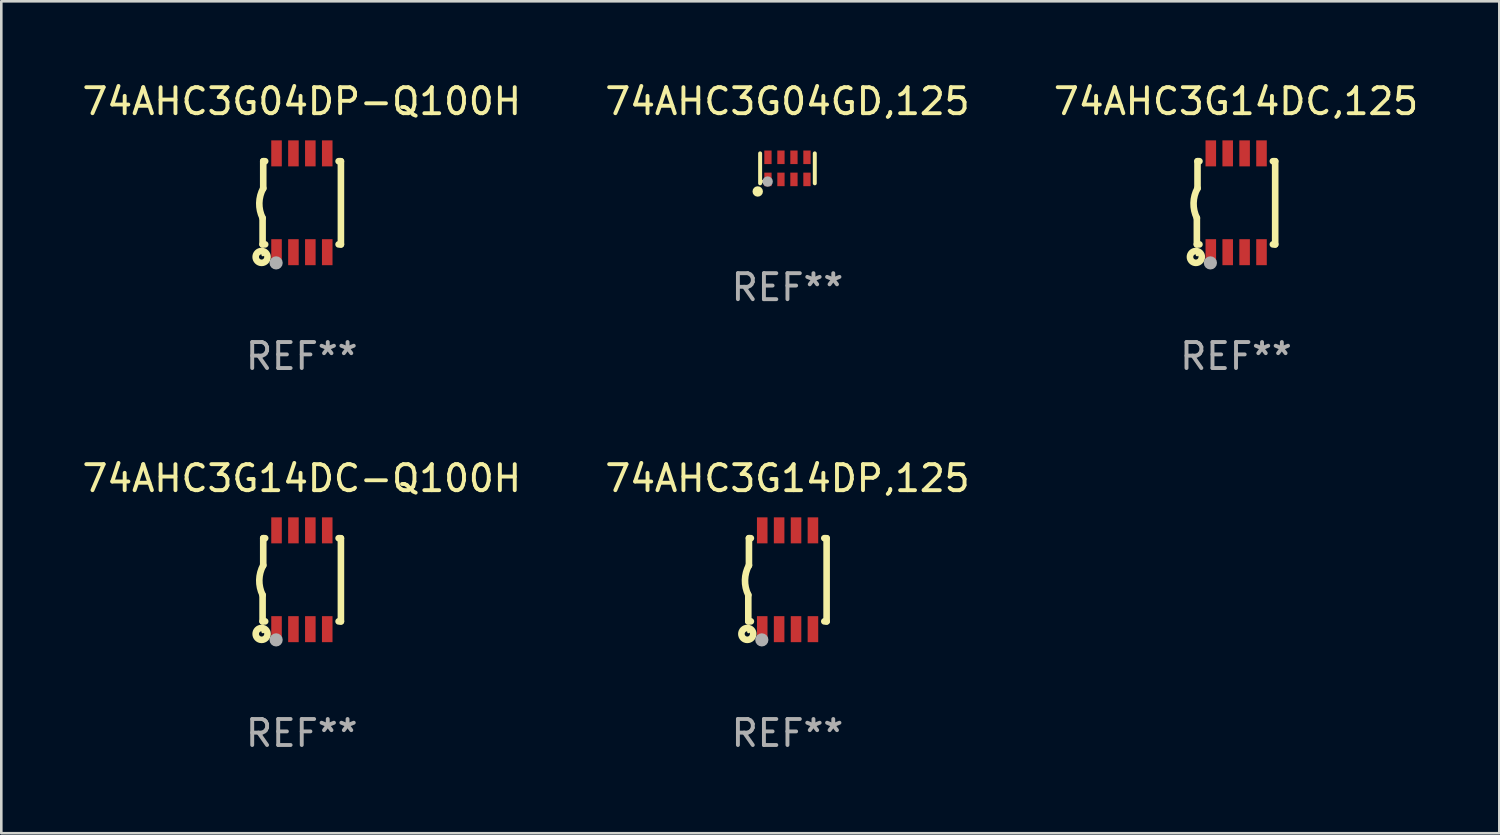
<source format=kicad_pcb>
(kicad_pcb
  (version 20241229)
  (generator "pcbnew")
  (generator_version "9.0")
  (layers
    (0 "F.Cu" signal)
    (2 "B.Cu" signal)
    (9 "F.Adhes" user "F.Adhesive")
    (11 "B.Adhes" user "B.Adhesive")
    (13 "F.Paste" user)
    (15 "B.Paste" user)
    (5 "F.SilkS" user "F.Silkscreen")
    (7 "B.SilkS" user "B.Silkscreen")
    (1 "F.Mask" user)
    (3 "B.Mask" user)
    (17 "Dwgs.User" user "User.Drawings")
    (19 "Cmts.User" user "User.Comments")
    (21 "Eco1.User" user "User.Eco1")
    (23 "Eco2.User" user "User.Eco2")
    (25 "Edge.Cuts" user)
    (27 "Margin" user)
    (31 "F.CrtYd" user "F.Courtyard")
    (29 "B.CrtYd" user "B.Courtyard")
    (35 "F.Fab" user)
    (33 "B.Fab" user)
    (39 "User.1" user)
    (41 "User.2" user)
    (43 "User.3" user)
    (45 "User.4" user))
  (footprint "74AHC3G14DC,125"
    (layer "F.Cu")
    (at 44.482 4.748)
    (property "Reference" "74AHC3G14DC,125" (at 0 -3.9 0) (layer "F.SilkS") (effects (font (size 1 1) (thickness 0.15))))
    (attr through_hole)
    (fp_line (start -1.506 1.6) (end -1.506 0.584) (stroke (width 0.254) (type solid)) (layer "F.SilkS"))
    (fp_line (start -1.506 1.6) (end -1.407 1.6) (stroke (width 0.254) (type solid)) (layer "F.SilkS"))
    (fp_line (start -1.481 -1.599) (end -1.481 -0.549) (stroke (width 0.254) (type solid)) (layer "F.SilkS"))
    (fp_line (start -1.481 -1.599) (end -1.407 -1.599) (stroke (width 0.254) (type solid)) (layer "F.SilkS"))
    (fp_line (start 1.417 -1.599) (end 1.506 -1.599) (stroke (width 0.254) (type solid)) (layer "F.SilkS"))
    (fp_line (start 1.417 1.6) (end 1.506 1.6) (stroke (width 0.254) (type solid)) (layer "F.SilkS"))
    (fp_line (start 1.506 1.603) (end 1.506 -1.595) (stroke (width 0.254) (type solid)) (layer "F.SilkS"))
    (fp_arc (start -1.506223 0.584328) (mid -1.632455 0.00974) (end -1.480823 -0.558674) (stroke (width 0.254001) (type solid)) (layer "F.SilkS"))
    (fp_circle (center -1.544 2.083) (end -1.443 2.083) (stroke (width 0.254) (type solid)) (fill no) (layer "F.SilkS"))
    (fp_circle (center -1.495 2) (end -1.465 2) (stroke (width 0.06) (type solid)) (fill no) (layer "F.SilkS"))
    (fp_circle (center -0.986 2.312) (end -0.859 2.312) (stroke (width 0.254) (type solid)) (fill no) (layer "F.Fab"))
    (fp_text user "REF**" (at 0 5.9 0) (layer "F.Fab") (effects (font (size 1 1) (thickness 0.15))))
    (pad "1" smd rect (at -0.97 1.9 90) (size 1 0.406) (layers "F.Cu" "F.Mask" "F.Paste"))
    (pad "2" smd rect (at -0.32 1.9 90) (size 1 0.406) (layers "F.Cu" "F.Mask" "F.Paste"))
    (pad "3" smd rect (at 0.33 1.9 90) (size 1 0.406) (layers "F.Cu" "F.Mask" "F.Paste"))
    (pad "4" smd rect (at 0.98 1.9 90) (size 1 0.406) (layers "F.Cu" "F.Mask" "F.Paste"))
    (pad "5" smd rect (at 0.98 -1.9 90) (size 1 0.406) (layers "F.Cu" "F.Mask" "F.Paste"))
    (pad "6" smd rect (at 0.33 -1.9 90) (size 1 0.406) (layers "F.Cu" "F.Mask" "F.Paste"))
    (pad "7" smd rect (at -0.32 -1.9 90) (size 1 0.406) (layers "F.Cu" "F.Mask" "F.Paste"))
    (pad "8" smd rect (at -0.97 -1.9 90) (size 1 0.406) (layers "F.Cu" "F.Mask" "F.Paste")))
  (footprint "74AHC3G04GD,125"
    (layer "F.Cu")
    (at 27.232 3.424)
    (property "Reference" "74AHC3G04GD,125" (at 0 -2.576 0) (layer "F.SilkS") (effects (font (size 1 1) (thickness 0.15))))
    (attr through_hole)
    (fp_line (start -1.051 0.576) (end -1.051 -0.576) (stroke (width 0.152) (type solid)) (layer "F.SilkS"))
    (fp_line (start 1.051 -0.576) (end 1.051 0.576) (stroke (width 0.152) (type solid)) (layer "F.SilkS"))
    (fp_circle (center -1.143 0.889) (end -1.043 0.889) (stroke (width 0.2) (type solid)) (fill no) (layer "F.SilkS"))
    (fp_circle (center -0.975 0.5) (end -0.945 0.5) (stroke (width 0.06) (type solid)) (fill no) (layer "F.SilkS"))
    (fp_circle (center -0.762 0.508) (end -0.662 0.508) (stroke (width 0.2) (type solid)) (fill no) (layer "F.Fab"))
    (fp_text user "REF**" (at 0 4.576 0) (layer "F.Fab") (effects (font (size 1 1) (thickness 0.15))))
    (pad "1" smd rect (at -0.75 0.425) (size 0.28 0.521) (layers "F.Cu" "F.Mask" "F.Paste"))
    (pad "2" smd rect (at -0.25 0.425) (size 0.28 0.521) (layers "F.Cu" "F.Mask" "F.Paste"))
    (pad "3" smd rect (at 0.25 0.425) (size 0.28 0.521) (layers "F.Cu" "F.Mask" "F.Paste"))
    (pad "4" smd rect (at 0.75 0.425) (size 0.28 0.521) (layers "F.Cu" "F.Mask" "F.Paste"))
    (pad "5" smd rect (at 0.75 -0.425) (size 0.28 0.521) (layers "F.Cu" "F.Mask" "F.Paste"))
    (pad "6" smd rect (at 0.25 -0.425) (size 0.28 0.521) (layers "F.Cu" "F.Mask" "F.Paste"))
    (pad "7" smd rect (at -0.25 -0.425) (size 0.28 0.521) (layers "F.Cu" "F.Mask" "F.Paste"))
    (pad "8" smd rect (at -0.75 -0.425) (size 0.28 0.521) (layers "F.Cu" "F.Mask" "F.Paste")))
  (footprint "74AHC3G14DP,125"
    (layer "F.Cu")
    (at 27.232 19.245)
    (property "Reference" "74AHC3G14DP,125" (at 0 -3.9 0) (layer "F.SilkS") (effects (font (size 1 1) (thickness 0.15))))
    (attr through_hole)
    (fp_line (start -1.506 1.6) (end -1.506 0.584) (stroke (width 0.254) (type solid)) (layer "F.SilkS"))
    (fp_line (start -1.506 1.6) (end -1.407 1.6) (stroke (width 0.254) (type solid)) (layer "F.SilkS"))
    (fp_line (start -1.481 -1.599) (end -1.481 -0.549) (stroke (width 0.254) (type solid)) (layer "F.SilkS"))
    (fp_line (start -1.481 -1.599) (end -1.407 -1.599) (stroke (width 0.254) (type solid)) (layer "F.SilkS"))
    (fp_line (start 1.417 -1.599) (end 1.506 -1.599) (stroke (width 0.254) (type solid)) (layer "F.SilkS"))
    (fp_line (start 1.417 1.6) (end 1.506 1.6) (stroke (width 0.254) (type solid)) (layer "F.SilkS"))
    (fp_line (start 1.506 1.603) (end 1.506 -1.595) (stroke (width 0.254) (type solid)) (layer "F.SilkS"))
    (fp_arc (start -1.506223 0.584328) (mid -1.632455 0.00974) (end -1.480823 -0.558674) (stroke (width 0.254001) (type solid)) (layer "F.SilkS"))
    (fp_circle (center -1.544 2.083) (end -1.443 2.083) (stroke (width 0.254) (type solid)) (fill no) (layer "F.SilkS"))
    (fp_circle (center -1.495 2) (end -1.465 2) (stroke (width 0.06) (type solid)) (fill no) (layer "F.SilkS"))
    (fp_circle (center -0.986 2.312) (end -0.859 2.312) (stroke (width 0.254) (type solid)) (fill no) (layer "F.Fab"))
    (fp_text user "REF**" (at 0 5.9 0) (layer "F.Fab") (effects (font (size 1 1) (thickness 0.15))))
    (pad "1" smd rect (at -0.97 1.9 90) (size 1 0.406) (layers "F.Cu" "F.Mask" "F.Paste"))
    (pad "2" smd rect (at -0.32 1.9 90) (size 1 0.406) (layers "F.Cu" "F.Mask" "F.Paste"))
    (pad "3" smd rect (at 0.33 1.9 90) (size 1 0.406) (layers "F.Cu" "F.Mask" "F.Paste"))
    (pad "4" smd rect (at 0.98 1.9 90) (size 1 0.406) (layers "F.Cu" "F.Mask" "F.Paste"))
    (pad "5" smd rect (at 0.98 -1.9 90) (size 1 0.406) (layers "F.Cu" "F.Mask" "F.Paste"))
    (pad "6" smd rect (at 0.33 -1.9 90) (size 1 0.406) (layers "F.Cu" "F.Mask" "F.Paste"))
    (pad "7" smd rect (at -0.32 -1.9 90) (size 1 0.406) (layers "F.Cu" "F.Mask" "F.Paste"))
    (pad "8" smd rect (at -0.97 -1.9 90) (size 1 0.406) (layers "F.Cu" "F.Mask" "F.Paste")))
  (footprint "74AHC3G14DC-Q100H"
    (layer "F.Cu")
    (at 8.554 19.245)
    (property "Reference" "74AHC3G14DC-Q100H" (at 0 -3.9 0) (layer "F.SilkS") (effects (font (size 1 1) (thickness 0.15))))
    (attr through_hole)
    (fp_line (start -1.506 1.6) (end -1.506 0.584) (stroke (width 0.254) (type solid)) (layer "F.SilkS"))
    (fp_line (start -1.506 1.6) (end -1.407 1.6) (stroke (width 0.254) (type solid)) (layer "F.SilkS"))
    (fp_line (start -1.481 -1.599) (end -1.481 -0.549) (stroke (width 0.254) (type solid)) (layer "F.SilkS"))
    (fp_line (start -1.481 -1.599) (end -1.407 -1.599) (stroke (width 0.254) (type solid)) (layer "F.SilkS"))
    (fp_line (start 1.417 -1.599) (end 1.506 -1.599) (stroke (width 0.254) (type solid)) (layer "F.SilkS"))
    (fp_line (start 1.417 1.6) (end 1.506 1.6) (stroke (width 0.254) (type solid)) (layer "F.SilkS"))
    (fp_line (start 1.506 1.603) (end 1.506 -1.595) (stroke (width 0.254) (type solid)) (layer "F.SilkS"))
    (fp_arc (start -1.506223 0.584328) (mid -1.632455 0.00974) (end -1.480823 -0.558674) (stroke (width 0.254001) (type solid)) (layer "F.SilkS"))
    (fp_circle (center -1.544 2.083) (end -1.443 2.083) (stroke (width 0.254) (type solid)) (fill no) (layer "F.SilkS"))
    (fp_circle (center -1.495 2) (end -1.465 2) (stroke (width 0.06) (type solid)) (fill no) (layer "F.SilkS"))
    (fp_circle (center -0.986 2.312) (end -0.859 2.312) (stroke (width 0.254) (type solid)) (fill no) (layer "F.Fab"))
    (fp_text user "REF**" (at 0 5.9 0) (layer "F.Fab") (effects (font (size 1 1) (thickness 0.15))))
    (pad "1" smd rect (at -0.97 1.9 90) (size 1 0.406) (layers "F.Cu" "F.Mask" "F.Paste"))
    (pad "2" smd rect (at -0.32 1.9 90) (size 1 0.406) (layers "F.Cu" "F.Mask" "F.Paste"))
    (pad "3" smd rect (at 0.33 1.9 90) (size 1 0.406) (layers "F.Cu" "F.Mask" "F.Paste"))
    (pad "4" smd rect (at 0.98 1.9 90) (size 1 0.406) (layers "F.Cu" "F.Mask" "F.Paste"))
    (pad "5" smd rect (at 0.98 -1.9 90) (size 1 0.406) (layers "F.Cu" "F.Mask" "F.Paste"))
    (pad "6" smd rect (at 0.33 -1.9 90) (size 1 0.406) (layers "F.Cu" "F.Mask" "F.Paste"))
    (pad "7" smd rect (at -0.32 -1.9 90) (size 1 0.406) (layers "F.Cu" "F.Mask" "F.Paste"))
    (pad "8" smd rect (at -0.97 -1.9 90) (size 1 0.406) (layers "F.Cu" "F.Mask" "F.Paste")))
  (footprint "74AHC3G04DP-Q100H"
    (layer "F.Cu")
    (at 8.554 4.748)
    (property "Reference" "74AHC3G04DP-Q100H" (at 0 -3.9 0) (layer "F.SilkS") (effects (font (size 1 1) (thickness 0.15))))
    (attr through_hole)
    (fp_line (start -1.506 1.6) (end -1.506 0.584) (stroke (width 0.254) (type solid)) (layer "F.SilkS"))
    (fp_line (start -1.506 1.6) (end -1.407 1.6) (stroke (width 0.254) (type solid)) (layer "F.SilkS"))
    (fp_line (start -1.481 -1.599) (end -1.481 -0.549) (stroke (width 0.254) (type solid)) (layer "F.SilkS"))
    (fp_line (start -1.481 -1.599) (end -1.407 -1.599) (stroke (width 0.254) (type solid)) (layer "F.SilkS"))
    (fp_line (start 1.417 -1.599) (end 1.506 -1.599) (stroke (width 0.254) (type solid)) (layer "F.SilkS"))
    (fp_line (start 1.417 1.6) (end 1.506 1.6) (stroke (width 0.254) (type solid)) (layer "F.SilkS"))
    (fp_line (start 1.506 1.603) (end 1.506 -1.595) (stroke (width 0.254) (type solid)) (layer "F.SilkS"))
    (fp_arc (start -1.506223 0.584328) (mid -1.632455 0.00974) (end -1.480823 -0.558674) (stroke (width 0.254001) (type solid)) (layer "F.SilkS"))
    (fp_circle (center -1.544 2.083) (end -1.443 2.083) (stroke (width 0.254) (type solid)) (fill no) (layer "F.SilkS"))
    (fp_circle (center -1.495 2) (end -1.465 2) (stroke (width 0.06) (type solid)) (fill no) (layer "F.SilkS"))
    (fp_circle (center -0.986 2.312) (end -0.859 2.312) (stroke (width 0.254) (type solid)) (fill no) (layer "F.Fab"))
    (fp_text user "REF**" (at 0 5.9 0) (layer "F.Fab") (effects (font (size 1 1) (thickness 0.15))))
    (pad "1" smd rect (at -0.97 1.9 90) (size 1 0.406) (layers "F.Cu" "F.Mask" "F.Paste"))
    (pad "2" smd rect (at -0.32 1.9 90) (size 1 0.406) (layers "F.Cu" "F.Mask" "F.Paste"))
    (pad "3" smd rect (at 0.33 1.9 90) (size 1 0.406) (layers "F.Cu" "F.Mask" "F.Paste"))
    (pad "4" smd rect (at 0.98 1.9 90) (size 1 0.406) (layers "F.Cu" "F.Mask" "F.Paste"))
    (pad "5" smd rect (at 0.98 -1.9 90) (size 1 0.406) (layers "F.Cu" "F.Mask" "F.Paste"))
    (pad "6" smd rect (at 0.33 -1.9 90) (size 1 0.406) (layers "F.Cu" "F.Mask" "F.Paste"))
    (pad "7" smd rect (at -0.32 -1.9 90) (size 1 0.406) (layers "F.Cu" "F.Mask" "F.Paste"))
    (pad "8" smd rect (at -0.97 -1.9 90) (size 1 0.406) (layers "F.Cu" "F.Mask" "F.Paste")))
  (gr_rect
    (start -3 -3)
    (end 54.607 28.993)
    (stroke (width 0.1) (type default))
    (fill no)
    (layer "Edge.Cuts")))
</source>
